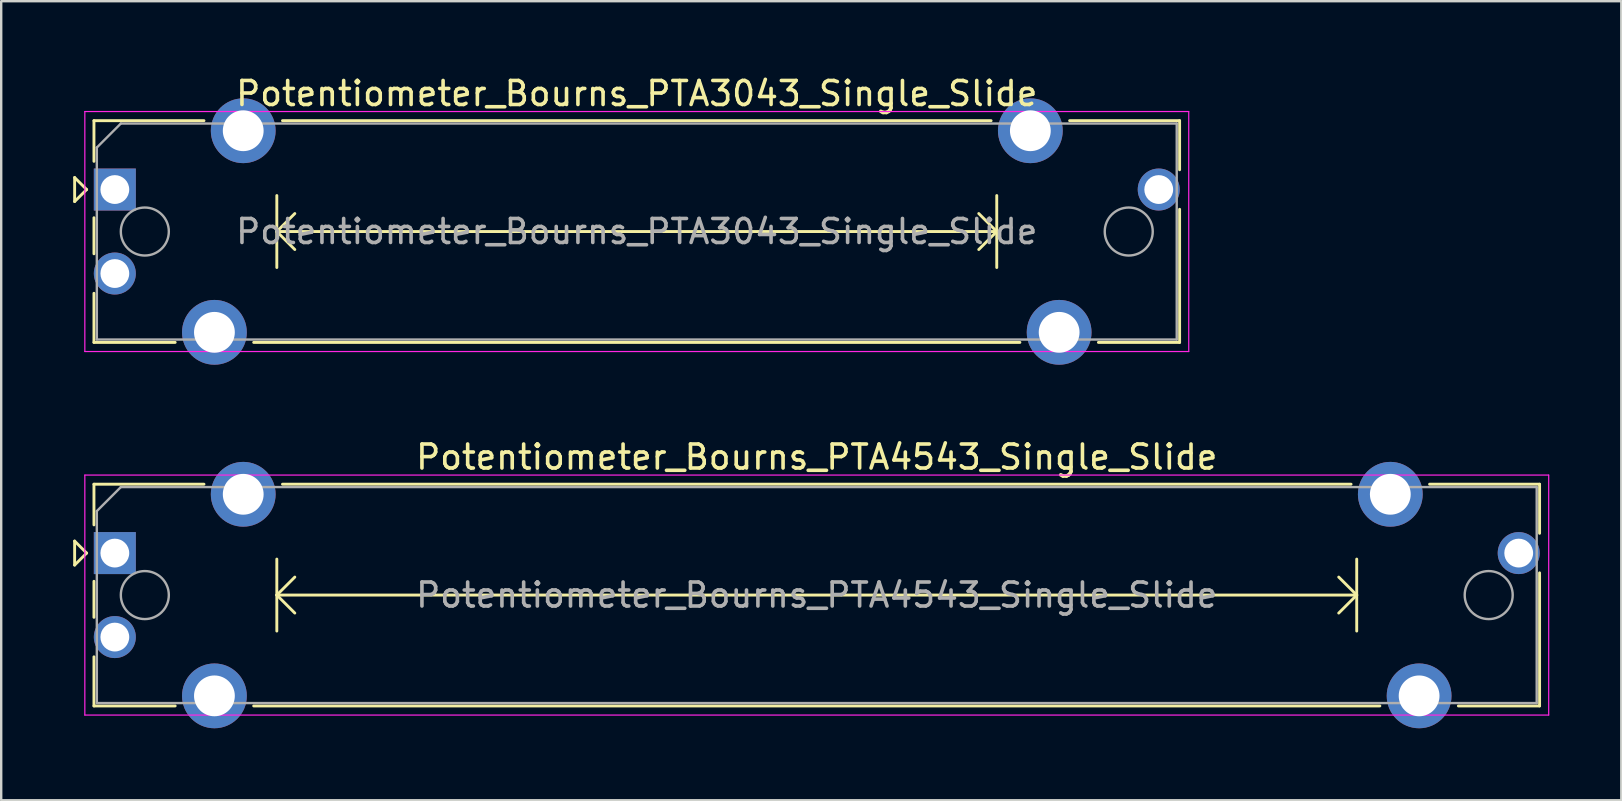
<source format=kicad_pcb>
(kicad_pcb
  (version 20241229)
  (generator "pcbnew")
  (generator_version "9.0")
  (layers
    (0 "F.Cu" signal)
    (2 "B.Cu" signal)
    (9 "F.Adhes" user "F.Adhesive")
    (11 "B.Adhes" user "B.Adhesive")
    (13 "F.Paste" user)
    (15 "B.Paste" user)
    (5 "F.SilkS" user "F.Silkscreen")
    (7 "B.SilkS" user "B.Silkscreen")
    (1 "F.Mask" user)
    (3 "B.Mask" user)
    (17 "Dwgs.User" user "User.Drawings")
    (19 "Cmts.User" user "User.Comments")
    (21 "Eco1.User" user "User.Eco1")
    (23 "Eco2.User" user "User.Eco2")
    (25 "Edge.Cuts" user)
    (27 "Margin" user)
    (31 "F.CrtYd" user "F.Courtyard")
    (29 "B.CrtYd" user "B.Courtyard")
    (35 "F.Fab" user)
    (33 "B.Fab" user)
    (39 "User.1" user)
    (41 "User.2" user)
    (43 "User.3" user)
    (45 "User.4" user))
  (footprint "Potentiometer_Bourns_PTA4543_Single_Slide"
    (layer "F.Cu")
    (at 30.985 21.747)
    (property "Reference" "Potentiometer_Bourns_PTA4543_Single_Slide" (at 0 -5.75 0) (layer "F.SilkS") (effects (font (size 1 1) (thickness 0.15))))
    (attr through_hole)
    (fp_line (start -30.925 -2.25) (end -30.925 -1.25) (stroke (width 0.12) (type solid)) (layer "F.SilkS"))
    (fp_line (start -30.925 -1.25) (end -30.425 -1.75) (stroke (width 0.12) (type solid)) (layer "F.SilkS"))
    (fp_line (start -30.425 -1.75) (end -30.925 -2.25) (stroke (width 0.12) (type solid)) (layer "F.SilkS"))
    (fp_line (start -30.12 -4.62) (end -30.12 -2.925) (stroke (width 0.12) (type solid)) (layer "F.SilkS"))
    (fp_line (start -30.12 -4.62) (end -25.535 -4.62) (stroke (width 0.12) (type solid)) (layer "F.SilkS"))
    (fp_line (start -30.12 -0.575) (end -30.12 0.928) (stroke (width 0.12) (type solid)) (layer "F.SilkS"))
    (fp_line (start -30.12 2.573) (end -30.12 4.62) (stroke (width 0.12) (type solid)) (layer "F.SilkS"))
    (fp_line (start -30.12 4.62) (end -26.735 4.62) (stroke (width 0.12) (type solid)) (layer "F.SilkS"))
    (fp_line (start -23.464 4.62) (end 23.465 4.62) (stroke (width 0.12) (type solid)) (layer "F.SilkS"))
    (fp_line (start -22.5 -1.5) (end -22.5 1.5) (stroke (width 0.12) (type solid)) (layer "F.SilkS"))
    (fp_line (start -22.5 0) (end -21.75 0.75) (stroke (width 0.12) (type solid)) (layer "F.SilkS"))
    (fp_line (start -22.5 0) (end 22.5 0) (stroke (width 0.12) (type solid)) (layer "F.SilkS"))
    (fp_line (start -22.264 -4.62) (end 22.265 -4.62) (stroke (width 0.12) (type solid)) (layer "F.SilkS"))
    (fp_line (start -21.75 -0.75) (end -22.5 0) (stroke (width 0.12) (type solid)) (layer "F.SilkS"))
    (fp_line (start 21.75 -0.75) (end 22.5 0) (stroke (width 0.12) (type solid)) (layer "F.SilkS"))
    (fp_line (start 22.5 -1.5) (end 22.5 1.5) (stroke (width 0.12) (type solid)) (layer "F.SilkS"))
    (fp_line (start 22.5 0) (end 21.75 0.75) (stroke (width 0.12) (type solid)) (layer "F.SilkS"))
    (fp_line (start 25.536 -4.62) (end 30.12 -4.62) (stroke (width 0.12) (type solid)) (layer "F.SilkS"))
    (fp_line (start 26.736 4.62) (end 30.12 4.62) (stroke (width 0.12) (type solid)) (layer "F.SilkS"))
    (fp_line (start 30.12 -4.62) (end 30.12 -2.573) (stroke (width 0.12) (type solid)) (layer "F.SilkS"))
    (fp_line (start 30.12 -0.927) (end 30.12 4.62) (stroke (width 0.12) (type solid)) (layer "F.SilkS"))
    (fp_line (start -30.5 -5) (end -30.5 5) (stroke (width 0.05) (type solid)) (layer "F.CrtYd"))
    (fp_line (start -30.5 5) (end 30.5 5) (stroke (width 0.05) (type solid)) (layer "F.CrtYd"))
    (fp_line (start 30.5 -5) (end -30.5 -5) (stroke (width 0.05) (type solid)) (layer "F.CrtYd"))
    (fp_line (start 30.5 5) (end 30.5 -5) (stroke (width 0.05) (type solid)) (layer "F.CrtYd"))
    (fp_line (start -30 -3.5) (end -29 -4.5) (stroke (width 0.1) (type solid)) (layer "F.Fab"))
    (fp_line (start -30 4.5) (end -30 -3.5) (stroke (width 0.1) (type solid)) (layer "F.Fab"))
    (fp_line (start -29 -4.5) (end 30 -4.5) (stroke (width 0.1) (type solid)) (layer "F.Fab"))
    (fp_line (start 30 -4.5) (end 30 4.5) (stroke (width 0.1) (type solid)) (layer "F.Fab"))
    (fp_line (start 30 4.5) (end -30 4.5) (stroke (width 0.1) (type solid)) (layer "F.Fab"))
    (fp_circle (center -28 0) (end -27 0) (stroke (width 0.1) (type solid)) (fill no) (layer "F.Fab"))
    (fp_circle (center 28 0) (end 29 0) (stroke (width 0.1) (type solid)) (fill no) (layer "F.Fab"))
    (fp_text user "${REFERENCE}" (at 0 0 0) (layer "F.Fab") (effects (font (size 1 1) (thickness 0.15))))
    (pad "1" thru_hole rect (at -29.25 -1.75) (size 1.75 1.75) (drill 1.2) (layers "*.Cu" "*.Mask"))
    (pad "2" thru_hole circle (at -29.25 1.75) (size 1.75 1.75) (drill 1.2) (layers "*.Cu" "*.Mask"))
    (pad "3" thru_hole circle (at 29.25 -1.75) (size 1.75 1.75) (drill 1.2) (layers "*.Cu" "*.Mask"))
    (pad "MP" thru_hole circle (at -25.1 4.2) (size 2.7 2.7) (drill 1.7) (layers "*.Cu" "*.Mask"))
    (pad "MP" thru_hole circle (at -23.9 -4.2) (size 2.7 2.7) (drill 1.7) (layers "*.Cu" "*.Mask"))
    (pad "MP" thru_hole circle (at 23.9 -4.2) (size 2.7 2.7) (drill 1.7) (layers "*.Cu" "*.Mask"))
    (pad "MP" thru_hole circle (at 25.1 4.2) (size 2.7 2.7) (drill 1.7) (layers "*.Cu" "*.Mask")))
  (footprint "Potentiometer_Bourns_PTA3043_Single_Slide"
    (layer "F.Cu")
    (at 23.485 6.598)
    (property "Reference" "Potentiometer_Bourns_PTA3043_Single_Slide" (at 0 -5.75 0) (layer "F.SilkS") (effects (font (size 1 1) (thickness 0.15))))
    (attr through_hole)
    (fp_line (start -23.425 -2.25) (end -23.425 -1.25) (stroke (width 0.12) (type solid)) (layer "F.SilkS"))
    (fp_line (start -23.425 -1.25) (end -22.925 -1.75) (stroke (width 0.12) (type solid)) (layer "F.SilkS"))
    (fp_line (start -22.925 -1.75) (end -23.425 -2.25) (stroke (width 0.12) (type solid)) (layer "F.SilkS"))
    (fp_line (start -22.62 -4.62) (end -22.62 -2.925) (stroke (width 0.12) (type solid)) (layer "F.SilkS"))
    (fp_line (start -22.62 -4.62) (end -18.035 -4.62) (stroke (width 0.12) (type solid)) (layer "F.SilkS"))
    (fp_line (start -22.62 -0.575) (end -22.62 0.928) (stroke (width 0.12) (type solid)) (layer "F.SilkS"))
    (fp_line (start -22.62 2.573) (end -22.62 4.62) (stroke (width 0.12) (type solid)) (layer "F.SilkS"))
    (fp_line (start -22.62 4.62) (end -19.235 4.62) (stroke (width 0.12) (type solid)) (layer "F.SilkS"))
    (fp_line (start -15.964 4.62) (end 15.965 4.62) (stroke (width 0.12) (type solid)) (layer "F.SilkS"))
    (fp_line (start -15 -1.5) (end -15 1.5) (stroke (width 0.12) (type solid)) (layer "F.SilkS"))
    (fp_line (start -15 0) (end -14.25 0.75) (stroke (width 0.12) (type solid)) (layer "F.SilkS"))
    (fp_line (start -15 0) (end 15 0) (stroke (width 0.12) (type solid)) (layer "F.SilkS"))
    (fp_line (start -14.764 -4.62) (end 14.765 -4.62) (stroke (width 0.12) (type solid)) (layer "F.SilkS"))
    (fp_line (start -14.25 -0.75) (end -15 0) (stroke (width 0.12) (type solid)) (layer "F.SilkS"))
    (fp_line (start 14.25 -0.75) (end 15 0) (stroke (width 0.12) (type solid)) (layer "F.SilkS"))
    (fp_line (start 15 -1.5) (end 15 1.5) (stroke (width 0.12) (type solid)) (layer "F.SilkS"))
    (fp_line (start 15 0) (end 14.25 0.75) (stroke (width 0.12) (type solid)) (layer "F.SilkS"))
    (fp_line (start 18.036 -4.62) (end 22.62 -4.62) (stroke (width 0.12) (type solid)) (layer "F.SilkS"))
    (fp_line (start 19.236 4.62) (end 22.62 4.62) (stroke (width 0.12) (type solid)) (layer "F.SilkS"))
    (fp_line (start 22.62 -4.62) (end 22.62 -2.573) (stroke (width 0.12) (type solid)) (layer "F.SilkS"))
    (fp_line (start 22.62 -0.927) (end 22.62 4.62) (stroke (width 0.12) (type solid)) (layer "F.SilkS"))
    (fp_line (start -23 -5) (end -23 5) (stroke (width 0.05) (type solid)) (layer "F.CrtYd"))
    (fp_line (start -23 5) (end 23 5) (stroke (width 0.05) (type solid)) (layer "F.CrtYd"))
    (fp_line (start 23 -5) (end -23 -5) (stroke (width 0.05) (type solid)) (layer "F.CrtYd"))
    (fp_line (start 23 5) (end 23 -5) (stroke (width 0.05) (type solid)) (layer "F.CrtYd"))
    (fp_line (start -22.5 -3.5) (end -21.5 -4.5) (stroke (width 0.1) (type solid)) (layer "F.Fab"))
    (fp_line (start -22.5 4.5) (end -22.5 -3.5) (stroke (width 0.1) (type solid)) (layer "F.Fab"))
    (fp_line (start -21.5 -4.5) (end 22.5 -4.5) (stroke (width 0.1) (type solid)) (layer "F.Fab"))
    (fp_line (start 22.5 -4.5) (end 22.5 4.5) (stroke (width 0.1) (type solid)) (layer "F.Fab"))
    (fp_line (start 22.5 4.5) (end -22.5 4.5) (stroke (width 0.1) (type solid)) (layer "F.Fab"))
    (fp_circle (center -20.5 0) (end -19.5 0) (stroke (width 0.1) (type solid)) (fill no) (layer "F.Fab"))
    (fp_circle (center 20.5 0) (end 21.5 0) (stroke (width 0.1) (type solid)) (fill no) (layer "F.Fab"))
    (fp_text user "${REFERENCE}" (at 0 0 0) (layer "F.Fab") (effects (font (size 1 1) (thickness 0.15))))
    (pad "1" thru_hole rect (at -21.75 -1.75) (size 1.75 1.75) (drill 1.2) (layers "*.Cu" "*.Mask"))
    (pad "2" thru_hole circle (at -21.75 1.75) (size 1.75 1.75) (drill 1.2) (layers "*.Cu" "*.Mask"))
    (pad "3" thru_hole circle (at 21.75 -1.75) (size 1.75 1.75) (drill 1.2) (layers "*.Cu" "*.Mask"))
    (pad "MP" thru_hole circle (at -17.6 4.2) (size 2.7 2.7) (drill 1.7) (layers "*.Cu" "*.Mask"))
    (pad "MP" thru_hole circle (at -16.4 -4.2) (size 2.7 2.7) (drill 1.7) (layers "*.Cu" "*.Mask"))
    (pad "MP" thru_hole circle (at 16.4 -4.2) (size 2.7 2.7) (drill 1.7) (layers "*.Cu" "*.Mask"))
    (pad "MP" thru_hole circle (at 17.6 4.2) (size 2.7 2.7) (drill 1.7) (layers "*.Cu" "*.Mask")))
  (gr_rect
    (start -3 -3)
    (end 64.51 30.297)
    (stroke (width 0.1) (type default))
    (fill no)
    (layer "Edge.Cuts")))
</source>
